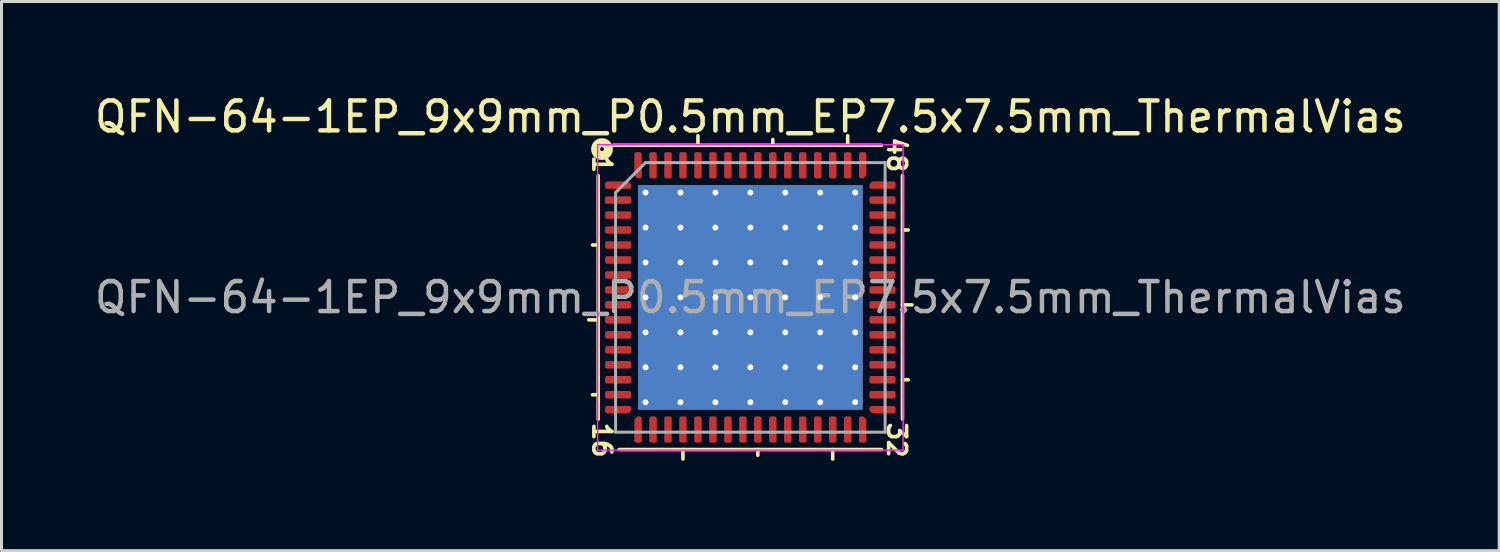
<source format=kicad_pcb>
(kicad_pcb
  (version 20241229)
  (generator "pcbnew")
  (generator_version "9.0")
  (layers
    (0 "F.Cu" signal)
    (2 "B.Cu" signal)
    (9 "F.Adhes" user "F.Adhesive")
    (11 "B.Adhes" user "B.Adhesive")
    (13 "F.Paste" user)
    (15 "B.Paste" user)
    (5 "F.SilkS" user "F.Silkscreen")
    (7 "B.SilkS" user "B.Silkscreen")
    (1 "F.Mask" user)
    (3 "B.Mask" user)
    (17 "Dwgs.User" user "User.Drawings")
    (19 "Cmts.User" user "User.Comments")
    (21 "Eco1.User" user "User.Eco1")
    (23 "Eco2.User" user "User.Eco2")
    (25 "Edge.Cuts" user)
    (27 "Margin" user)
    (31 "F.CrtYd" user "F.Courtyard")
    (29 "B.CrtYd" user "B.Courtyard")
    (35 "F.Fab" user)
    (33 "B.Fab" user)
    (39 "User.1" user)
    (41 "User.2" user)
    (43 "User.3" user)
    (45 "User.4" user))
  (footprint "QFN-64-1EP_9x9mm_P0.5mm_EP7.5x7.5mm_ThermalVias"
    (layer "F.Cu")
    (at 22.006 6.881)
    (property "Reference" "QFN-64-1EP_9x9mm_P0.5mm_EP7.5x7.5mm_ThermalVias" (at 0 -6.032 0) (layer "F.SilkS") (effects (font (size 1 1) (thickness 0.15))))
    (attr smd)
    (fp_line (start -5.08 -4.064) (end -5.08 4.064) (stroke (width 0.12) (type solid)) (layer "F.SilkS"))
    (fp_line (start -5.08 -1.75) (end -5.271 -1.75) (stroke (width 0.12) (type solid)) (layer "F.SilkS"))
    (fp_line (start -5.08 0.75) (end -5.397 0.75) (stroke (width 0.12) (type solid)) (layer "F.SilkS"))
    (fp_line (start -5.08 3.25) (end -5.271 3.25) (stroke (width 0.12) (type solid)) (layer "F.SilkS"))
    (fp_line (start -4.381 5.08) (end 4.381 5.08) (stroke (width 0.12) (type solid)) (layer "F.SilkS"))
    (fp_line (start -2.25 5.08) (end -2.25 5.397) (stroke (width 0.12) (type solid)) (layer "F.SilkS"))
    (fp_line (start -1.75 -5.08) (end -1.75 -5.397) (stroke (width 0.12) (type solid)) (layer "F.SilkS"))
    (fp_line (start 0.25 5.08) (end 0.25 5.271) (stroke (width 0.12) (type solid)) (layer "F.SilkS"))
    (fp_line (start 0.75 -5.08) (end 0.75 -5.271) (stroke (width 0.12) (type solid)) (layer "F.SilkS"))
    (fp_line (start 2.75 5.08) (end 2.75 5.397) (stroke (width 0.12) (type solid)) (layer "F.SilkS"))
    (fp_line (start 3.25 -5.08) (end 3.25 -5.397) (stroke (width 0.12) (type solid)) (layer "F.SilkS"))
    (fp_line (start 4.381 -5.08) (end -4.572 -5.08) (stroke (width 0.12) (type solid)) (layer "F.SilkS"))
    (fp_line (start 5.08 -2.25) (end 5.271 -2.25) (stroke (width 0.12) (type solid)) (layer "F.SilkS"))
    (fp_line (start 5.08 0.25) (end 5.397 0.25) (stroke (width 0.12) (type solid)) (layer "F.SilkS"))
    (fp_line (start 5.08 2.75) (end 5.271 2.75) (stroke (width 0.12) (type solid)) (layer "F.SilkS"))
    (fp_line (start 5.08 4.064) (end 5.08 -4.064) (stroke (width 0.12) (type solid)) (layer "F.SilkS"))
    (fp_circle (center -4.953 -4.953) (end -4.889 -4.953) (stroke (width 0.3) (type solid)) (fill no) (layer "F.SilkS"))
    (fp_line (start -5.1 -5.1) (end -5.1 5.1) (stroke (width 0.05) (type solid)) (layer "F.CrtYd"))
    (fp_line (start -5.1 5.1) (end 5.1 5.1) (stroke (width 0.05) (type solid)) (layer "F.CrtYd"))
    (fp_line (start 5.1 -5.1) (end -5.1 -5.1) (stroke (width 0.05) (type solid)) (layer "F.CrtYd"))
    (fp_line (start 5.1 5.1) (end 5.1 -5.1) (stroke (width 0.05) (type solid)) (layer "F.CrtYd"))
    (fp_line (start -4.5 -3.5) (end -3.5 -4.5) (stroke (width 0.1) (type solid)) (layer "F.Fab"))
    (fp_line (start -4.5 4.5) (end -4.5 -3.5) (stroke (width 0.1) (type solid)) (layer "F.Fab"))
    (fp_line (start -3.5 -4.5) (end 4.5 -4.5) (stroke (width 0.1) (type solid)) (layer "F.Fab"))
    (fp_line (start 4.5 -4.5) (end 4.5 4.5) (stroke (width 0.1) (type solid)) (layer "F.Fab"))
    (fp_line (start 4.5 4.5) (end -4.5 4.5) (stroke (width 0.1) (type solid)) (layer "F.Fab"))
    (fp_text user "32" (at 4.889 4.763 270) (unlocked yes) (layer "F.SilkS") (effects (font (size 0.6 0.6) (thickness 0.12))))
    (fp_text user "16" (at -4.953 4.763 270) (unlocked yes) (layer "F.SilkS") (effects (font (size 0.6 0.6) (thickness 0.12))))
    (fp_text user "1" (at -4.953 -4.445 270) (unlocked yes) (layer "F.SilkS") (effects (font (size 0.6 0.6) (thickness 0.12))))
    (fp_text user "48" (at 4.889 -4.763 270) (unlocked yes) (layer "F.SilkS") (effects (font (size 0.6 0.6) (thickness 0.12))))
    (fp_text user "${REFERENCE}" (at 0 0 0) (layer "F.Fab") (effects (font (size 1 1) (thickness 0.15))))
    (pad "" smd roundrect (at -2.917 -2.917) (size 1.008 1.008) (layers "F.Paste") (roundrect_rratio 0.248))
    (pad "" smd roundrect (at -2.917 -1.75) (size 1.008 1.008) (layers "F.Paste") (roundrect_rratio 0.248))
    (pad "" smd roundrect (at -2.917 -0.583) (size 1.008 1.008) (layers "F.Paste") (roundrect_rratio 0.248))
    (pad "" smd roundrect (at -2.917 0.583) (size 1.008 1.008) (layers "F.Paste") (roundrect_rratio 0.248))
    (pad "" smd roundrect (at -2.917 1.75) (size 1.008 1.008) (layers "F.Paste") (roundrect_rratio 0.248))
    (pad "" smd roundrect (at -2.917 2.917) (size 1.008 1.008) (layers "F.Paste") (roundrect_rratio 0.248))
    (pad "" smd roundrect (at -1.75 -2.917) (size 1.008 1.008) (layers "F.Paste") (roundrect_rratio 0.248))
    (pad "" smd roundrect (at -1.75 -1.75) (size 1.008 1.008) (layers "F.Paste") (roundrect_rratio 0.248))
    (pad "" smd roundrect (at -1.75 -0.583) (size 1.008 1.008) (layers "F.Paste") (roundrect_rratio 0.248))
    (pad "" smd roundrect (at -1.75 0.583) (size 1.008 1.008) (layers "F.Paste") (roundrect_rratio 0.248))
    (pad "" smd roundrect (at -1.75 1.75) (size 1.008 1.008) (layers "F.Paste") (roundrect_rratio 0.248))
    (pad "" smd roundrect (at -1.75 2.917) (size 1.008 1.008) (layers "F.Paste") (roundrect_rratio 0.248))
    (pad "" smd roundrect (at -0.583 -2.917) (size 1.008 1.008) (layers "F.Paste") (roundrect_rratio 0.248))
    (pad "" smd roundrect (at -0.583 -1.75) (size 1.008 1.008) (layers "F.Paste") (roundrect_rratio 0.248))
    (pad "" smd roundrect (at -0.583 -0.583) (size 1.008 1.008) (layers "F.Paste") (roundrect_rratio 0.248))
    (pad "" smd roundrect (at -0.583 0.583) (size 1.008 1.008) (layers "F.Paste") (roundrect_rratio 0.248))
    (pad "" smd roundrect (at -0.583 1.75) (size 1.008 1.008) (layers "F.Paste") (roundrect_rratio 0.248))
    (pad "" smd roundrect (at -0.583 2.917) (size 1.008 1.008) (layers "F.Paste") (roundrect_rratio 0.248))
    (pad "" smd roundrect (at 0.583 -2.917) (size 1.008 1.008) (layers "F.Paste") (roundrect_rratio 0.248))
    (pad "" smd roundrect (at 0.583 -1.75) (size 1.008 1.008) (layers "F.Paste") (roundrect_rratio 0.248))
    (pad "" smd roundrect (at 0.583 -0.583) (size 1.008 1.008) (layers "F.Paste") (roundrect_rratio 0.248))
    (pad "" smd roundrect (at 0.583 0.583) (size 1.008 1.008) (layers "F.Paste") (roundrect_rratio 0.248))
    (pad "" smd roundrect (at 0.583 1.75) (size 1.008 1.008) (layers "F.Paste") (roundrect_rratio 0.248))
    (pad "" smd roundrect (at 0.583 2.917) (size 1.008 1.008) (layers "F.Paste") (roundrect_rratio 0.248))
    (pad "" smd roundrect (at 1.75 -2.917) (size 1.008 1.008) (layers "F.Paste") (roundrect_rratio 0.248))
    (pad "" smd roundrect (at 1.75 -1.75) (size 1.008 1.008) (layers "F.Paste") (roundrect_rratio 0.248))
    (pad "" smd roundrect (at 1.75 -0.583) (size 1.008 1.008) (layers "F.Paste") (roundrect_rratio 0.248))
    (pad "" smd roundrect (at 1.75 0.583) (size 1.008 1.008) (layers "F.Paste") (roundrect_rratio 0.248))
    (pad "" smd roundrect (at 1.75 1.75) (size 1.008 1.008) (layers "F.Paste") (roundrect_rratio 0.248))
    (pad "" smd roundrect (at 1.75 2.917) (size 1.008 1.008) (layers "F.Paste") (roundrect_rratio 0.248))
    (pad "" smd roundrect (at 2.917 -2.917) (size 1.008 1.008) (layers "F.Paste") (roundrect_rratio 0.248))
    (pad "" smd roundrect (at 2.917 -1.75) (size 1.008 1.008) (layers "F.Paste") (roundrect_rratio 0.248))
    (pad "" smd roundrect (at 2.917 -0.583) (size 1.008 1.008) (layers "F.Paste") (roundrect_rratio 0.248))
    (pad "" smd roundrect (at 2.917 0.583) (size 1.008 1.008) (layers "F.Paste") (roundrect_rratio 0.248))
    (pad "" smd roundrect (at 2.917 1.75) (size 1.008 1.008) (layers "F.Paste") (roundrect_rratio 0.248))
    (pad "" smd roundrect (at 2.917 2.917) (size 1.008 1.008) (layers "F.Paste") (roundrect_rratio 0.248))
    (pad "1" smd custom (at -4.412 -3.75) (size 0.179 0.179) (layers "F.Cu" "F.Mask" "F.Paste") (options (anchor circle)) (primitives (gr_poly (pts (xy 0.375 0.001) (xy 0.375 0.062) (xy -0.375 0.062) (xy -0.375 -0.062) (xy 0.312 -0.062)) (width 0.125) (fill yes))))
    (pad "2" smd roundrect (at -4.412 -3.25) (size 0.875 0.25) (layers "F.Cu" "F.Mask" "F.Paste") (roundrect_rratio 0.25))
    (pad "3" smd roundrect (at -4.412 -2.75) (size 0.875 0.25) (layers "F.Cu" "F.Mask" "F.Paste") (roundrect_rratio 0.25))
    (pad "4" smd roundrect (at -4.412 -2.25) (size 0.875 0.25) (layers "F.Cu" "F.Mask" "F.Paste") (roundrect_rratio 0.25))
    (pad "5" smd roundrect (at -4.412 -1.75) (size 0.875 0.25) (layers "F.Cu" "F.Mask" "F.Paste") (roundrect_rratio 0.25))
    (pad "6" smd roundrect (at -4.412 -1.25) (size 0.875 0.25) (layers "F.Cu" "F.Mask" "F.Paste") (roundrect_rratio 0.25))
    (pad "7" smd roundrect (at -4.412 -0.75) (size 0.875 0.25) (layers "F.Cu" "F.Mask" "F.Paste") (roundrect_rratio 0.25))
    (pad "8" smd roundrect (at -4.412 -0.25) (size 0.875 0.25) (layers "F.Cu" "F.Mask" "F.Paste") (roundrect_rratio 0.25))
    (pad "9" smd roundrect (at -4.412 0.25) (size 0.875 0.25) (layers "F.Cu" "F.Mask" "F.Paste") (roundrect_rratio 0.25))
    (pad "10" smd roundrect (at -4.412 0.75) (size 0.875 0.25) (layers "F.Cu" "F.Mask" "F.Paste") (roundrect_rratio 0.25))
    (pad "11" smd roundrect (at -4.412 1.25) (size 0.875 0.25) (layers "F.Cu" "F.Mask" "F.Paste") (roundrect_rratio 0.25))
    (pad "12" smd roundrect (at -4.412 1.75) (size 0.875 0.25) (layers "F.Cu" "F.Mask" "F.Paste") (roundrect_rratio 0.25))
    (pad "13" smd roundrect (at -4.412 2.25) (size 0.875 0.25) (layers "F.Cu" "F.Mask" "F.Paste") (roundrect_rratio 0.25))
    (pad "14" smd roundrect (at -4.412 2.75) (size 0.875 0.25) (layers "F.Cu" "F.Mask" "F.Paste") (roundrect_rratio 0.25))
    (pad "15" smd roundrect (at -4.412 3.25) (size 0.875 0.25) (layers "F.Cu" "F.Mask" "F.Paste") (roundrect_rratio 0.25))
    (pad "16" smd custom (at -4.412 3.75) (size 0.179 0.179) (layers "F.Cu" "F.Mask" "F.Paste") (options (anchor circle)) (primitives (gr_poly (pts (xy 0.375 -0.001) (xy 0.312 0.062) (xy -0.375 0.062) (xy -0.375 -0.062) (xy 0.375 -0.062)) (width 0.125) (fill yes))))
    (pad "17" smd custom (at -3.75 4.412) (size 0.179 0.179) (layers "F.Cu" "F.Mask" "F.Paste") (options (anchor circle)) (primitives (gr_poly (pts (xy 0.062 0.375) (xy -0.062 0.375) (xy -0.062 -0.312) (xy 0.001 -0.375) (xy 0.062 -0.375)) (width 0.125) (fill yes))))
    (pad "18" smd roundrect (at -3.25 4.412) (size 0.25 0.875) (layers "F.Cu" "F.Mask" "F.Paste") (roundrect_rratio 0.25))
    (pad "19" smd roundrect (at -2.75 4.412) (size 0.25 0.875) (layers "F.Cu" "F.Mask" "F.Paste") (roundrect_rratio 0.25))
    (pad "20" smd roundrect (at -2.25 4.412) (size 0.25 0.875) (layers "F.Cu" "F.Mask" "F.Paste") (roundrect_rratio 0.25))
    (pad "21" smd roundrect (at -1.75 4.412) (size 0.25 0.875) (layers "F.Cu" "F.Mask" "F.Paste") (roundrect_rratio 0.25))
    (pad "22" smd roundrect (at -1.25 4.412) (size 0.25 0.875) (layers "F.Cu" "F.Mask" "F.Paste") (roundrect_rratio 0.25))
    (pad "23" smd roundrect (at -0.75 4.412) (size 0.25 0.875) (layers "F.Cu" "F.Mask" "F.Paste") (roundrect_rratio 0.25))
    (pad "24" smd roundrect (at -0.25 4.412) (size 0.25 0.875) (layers "F.Cu" "F.Mask" "F.Paste") (roundrect_rratio 0.25))
    (pad "25" smd roundrect (at 0.25 4.412) (size 0.25 0.875) (layers "F.Cu" "F.Mask" "F.Paste") (roundrect_rratio 0.25))
    (pad "26" smd roundrect (at 0.75 4.412) (size 0.25 0.875) (layers "F.Cu" "F.Mask" "F.Paste") (roundrect_rratio 0.25))
    (pad "27" smd roundrect (at 1.25 4.412) (size 0.25 0.875) (layers "F.Cu" "F.Mask" "F.Paste") (roundrect_rratio 0.25))
    (pad "28" smd roundrect (at 1.75 4.412) (size 0.25 0.875) (layers "F.Cu" "F.Mask" "F.Paste") (roundrect_rratio 0.25))
    (pad "29" smd roundrect (at 2.25 4.412) (size 0.25 0.875) (layers "F.Cu" "F.Mask" "F.Paste") (roundrect_rratio 0.25))
    (pad "30" smd roundrect (at 2.75 4.412) (size 0.25 0.875) (layers "F.Cu" "F.Mask" "F.Paste") (roundrect_rratio 0.25))
    (pad "31" smd roundrect (at 3.25 4.412) (size 0.25 0.875) (layers "F.Cu" "F.Mask" "F.Paste") (roundrect_rratio 0.25))
    (pad "32" smd custom (at 3.75 4.412) (size 0.179 0.179) (layers "F.Cu" "F.Mask" "F.Paste") (options (anchor circle)) (primitives (gr_poly (pts (xy 0.062 -0.312) (xy 0.062 0.375) (xy -0.062 0.375) (xy -0.062 -0.375) (xy -0.001 -0.375)) (width 0.125) (fill yes))))
    (pad "33" smd custom (at 4.412 3.75) (size 0.179 0.179) (layers "F.Cu" "F.Mask" "F.Paste") (options (anchor circle)) (primitives (gr_poly (pts (xy 0.375 0.062) (xy -0.312 0.062) (xy -0.375 -0.001) (xy -0.375 -0.062) (xy 0.375 -0.062)) (width 0.125) (fill yes))))
    (pad "34" smd roundrect (at 4.412 3.25) (size 0.875 0.25) (layers "F.Cu" "F.Mask" "F.Paste") (roundrect_rratio 0.25))
    (pad "35" smd roundrect (at 4.412 2.75) (size 0.875 0.25) (layers "F.Cu" "F.Mask" "F.Paste") (roundrect_rratio 0.25))
    (pad "36" smd roundrect (at 4.412 2.25) (size 0.875 0.25) (layers "F.Cu" "F.Mask" "F.Paste") (roundrect_rratio 0.25))
    (pad "37" smd roundrect (at 4.412 1.75) (size 0.875 0.25) (layers "F.Cu" "F.Mask" "F.Paste") (roundrect_rratio 0.25))
    (pad "38" smd roundrect (at 4.412 1.25) (size 0.875 0.25) (layers "F.Cu" "F.Mask" "F.Paste") (roundrect_rratio 0.25))
    (pad "39" smd roundrect (at 4.412 0.75) (size 0.875 0.25) (layers "F.Cu" "F.Mask" "F.Paste") (roundrect_rratio 0.25))
    (pad "40" smd roundrect (at 4.412 0.25) (size 0.875 0.25) (layers "F.Cu" "F.Mask" "F.Paste") (roundrect_rratio 0.25))
    (pad "41" smd roundrect (at 4.412 -0.25) (size 0.875 0.25) (layers "F.Cu" "F.Mask" "F.Paste") (roundrect_rratio 0.25))
    (pad "42" smd roundrect (at 4.412 -0.75) (size 0.875 0.25) (layers "F.Cu" "F.Mask" "F.Paste") (roundrect_rratio 0.25))
    (pad "43" smd roundrect (at 4.412 -1.25) (size 0.875 0.25) (layers "F.Cu" "F.Mask" "F.Paste") (roundrect_rratio 0.25))
    (pad "44" smd roundrect (at 4.412 -1.75) (size 0.875 0.25) (layers "F.Cu" "F.Mask" "F.Paste") (roundrect_rratio 0.25))
    (pad "45" smd roundrect (at 4.412 -2.25) (size 0.875 0.25) (layers "F.Cu" "F.Mask" "F.Paste") (roundrect_rratio 0.25))
    (pad "46" smd roundrect (at 4.412 -2.75) (size 0.875 0.25) (layers "F.Cu" "F.Mask" "F.Paste") (roundrect_rratio 0.25))
    (pad "47" smd roundrect (at 4.412 -3.25) (size 0.875 0.25) (layers "F.Cu" "F.Mask" "F.Paste") (roundrect_rratio 0.25))
    (pad "48" smd custom (at 4.412 -3.75) (size 0.179 0.179) (layers "F.Cu" "F.Mask" "F.Paste") (options (anchor circle)) (primitives (gr_poly (pts (xy 0.375 0.062) (xy -0.375 0.062) (xy -0.375 0.001) (xy -0.312 -0.062) (xy 0.375 -0.062)) (width 0.125) (fill yes))))
    (pad "49" smd custom (at 3.75 -4.412) (size 0.179 0.179) (layers "F.Cu" "F.Mask" "F.Paste") (options (anchor circle)) (primitives (gr_poly (pts (xy 0.062 0.312) (xy -0.001 0.375) (xy -0.062 0.375) (xy -0.062 -0.375) (xy 0.062 -0.375)) (width 0.125) (fill yes))))
    (pad "50" smd roundrect (at 3.25 -4.412) (size 0.25 0.875) (layers "F.Cu" "F.Mask" "F.Paste") (roundrect_rratio 0.25))
    (pad "51" smd roundrect (at 2.75 -4.412) (size 0.25 0.875) (layers "F.Cu" "F.Mask" "F.Paste") (roundrect_rratio 0.25))
    (pad "52" smd roundrect (at 2.25 -4.412) (size 0.25 0.875) (layers "F.Cu" "F.Mask" "F.Paste") (roundrect_rratio 0.25))
    (pad "53" smd roundrect (at 1.75 -4.412) (size 0.25 0.875) (layers "F.Cu" "F.Mask" "F.Paste") (roundrect_rratio 0.25))
    (pad "54" smd roundrect (at 1.25 -4.412) (size 0.25 0.875) (layers "F.Cu" "F.Mask" "F.Paste") (roundrect_rratio 0.25))
    (pad "55" smd roundrect (at 0.75 -4.412) (size 0.25 0.875) (layers "F.Cu" "F.Mask" "F.Paste") (roundrect_rratio 0.25))
    (pad "56" smd roundrect (at 0.25 -4.412) (size 0.25 0.875) (layers "F.Cu" "F.Mask" "F.Paste") (roundrect_rratio 0.25))
    (pad "57" smd roundrect (at -0.25 -4.412) (size 0.25 0.875) (layers "F.Cu" "F.Mask" "F.Paste") (roundrect_rratio 0.25))
    (pad "58" smd roundrect (at -0.75 -4.412) (size 0.25 0.875) (layers "F.Cu" "F.Mask" "F.Paste") (roundrect_rratio 0.25))
    (pad "59" smd roundrect (at -1.25 -4.412) (size 0.25 0.875) (layers "F.Cu" "F.Mask" "F.Paste") (roundrect_rratio 0.25))
    (pad "60" smd roundrect (at -1.75 -4.412) (size 0.25 0.875) (layers "F.Cu" "F.Mask" "F.Paste") (roundrect_rratio 0.25))
    (pad "61" smd roundrect (at -2.25 -4.412) (size 0.25 0.875) (layers "F.Cu" "F.Mask" "F.Paste") (roundrect_rratio 0.25))
    (pad "62" smd roundrect (at -2.75 -4.412) (size 0.25 0.875) (layers "F.Cu" "F.Mask" "F.Paste") (roundrect_rratio 0.25))
    (pad "63" smd roundrect (at -3.25 -4.412) (size 0.25 0.875) (layers "F.Cu" "F.Mask" "F.Paste") (roundrect_rratio 0.25))
    (pad "64" smd custom (at -3.75 -4.412) (size 0.179 0.179) (layers "F.Cu" "F.Mask" "F.Paste") (options (anchor circle)) (primitives (gr_poly (pts (xy 0.062 0.375) (xy 0.001 0.375) (xy -0.062 0.312) (xy -0.062 -0.375) (xy 0.062 -0.375)) (width 0.125) (fill yes))))
    (pad "65" thru_hole circle (at -3.5 -3.5) (size 0.5 0.5) (drill 0.2) (layers "*.Cu"))
    (pad "65" thru_hole circle (at -3.5 -2.333) (size 0.5 0.5) (drill 0.2) (layers "*.Cu"))
    (pad "65" thru_hole circle (at -3.5 -1.167) (size 0.5 0.5) (drill 0.2) (layers "*.Cu"))
    (pad "65" thru_hole circle (at -3.5 0) (size 0.5 0.5) (drill 0.2) (layers "*.Cu"))
    (pad "65" thru_hole circle (at -3.5 1.167) (size 0.5 0.5) (drill 0.2) (layers "*.Cu"))
    (pad "65" thru_hole circle (at -3.5 2.333) (size 0.5 0.5) (drill 0.2) (layers "*.Cu"))
    (pad "65" thru_hole circle (at -3.5 3.5) (size 0.5 0.5) (drill 0.2) (layers "*.Cu"))
    (pad "65" thru_hole circle (at -2.333 -3.5) (size 0.5 0.5) (drill 0.2) (layers "*.Cu"))
    (pad "65" thru_hole circle (at -2.333 -2.333) (size 0.5 0.5) (drill 0.2) (layers "*.Cu"))
    (pad "65" thru_hole circle (at -2.333 -1.167) (size 0.5 0.5) (drill 0.2) (layers "*.Cu"))
    (pad "65" thru_hole circle (at -2.333 0) (size 0.5 0.5) (drill 0.2) (layers "*.Cu"))
    (pad "65" thru_hole circle (at -2.333 1.167) (size 0.5 0.5) (drill 0.2) (layers "*.Cu"))
    (pad "65" thru_hole circle (at -2.333 2.333) (size 0.5 0.5) (drill 0.2) (layers "*.Cu"))
    (pad "65" thru_hole circle (at -2.333 3.5) (size 0.5 0.5) (drill 0.2) (layers "*.Cu"))
    (pad "65" thru_hole circle (at -1.167 -3.5) (size 0.5 0.5) (drill 0.2) (layers "*.Cu"))
    (pad "65" thru_hole circle (at -1.167 -2.333) (size 0.5 0.5) (drill 0.2) (layers "*.Cu"))
    (pad "65" thru_hole circle (at -1.167 -1.167) (size 0.5 0.5) (drill 0.2) (layers "*.Cu"))
    (pad "65" thru_hole circle (at -1.167 0) (size 0.5 0.5) (drill 0.2) (layers "*.Cu"))
    (pad "65" thru_hole circle (at -1.167 1.167) (size 0.5 0.5) (drill 0.2) (layers "*.Cu"))
    (pad "65" thru_hole circle (at -1.167 2.333) (size 0.5 0.5) (drill 0.2) (layers "*.Cu"))
    (pad "65" thru_hole circle (at -1.167 3.5) (size 0.5 0.5) (drill 0.2) (layers "*.Cu"))
    (pad "65" thru_hole circle (at 0 -3.5) (size 0.5 0.5) (drill 0.2) (layers "*.Cu"))
    (pad "65" thru_hole circle (at 0 -2.333) (size 0.5 0.5) (drill 0.2) (layers "*.Cu"))
    (pad "65" thru_hole circle (at 0 -1.167) (size 0.5 0.5) (drill 0.2) (layers "*.Cu"))
    (pad "65" thru_hole circle (at 0 0) (size 0.5 0.5) (drill 0.2) (layers "*.Cu"))
    (pad "65" smd rect (at 0 0) (size 7.5 7.5) (layers "F.Cu" "F.Mask"))
    (pad "65" smd rect (at 0 0) (size 7.5 7.5) (layers "B.Cu" "B.Mask"))
    (pad "65" thru_hole circle (at 0 1.167) (size 0.5 0.5) (drill 0.2) (layers "*.Cu"))
    (pad "65" thru_hole circle (at 0 2.333) (size 0.5 0.5) (drill 0.2) (layers "*.Cu"))
    (pad "65" thru_hole circle (at 0 3.5) (size 0.5 0.5) (drill 0.2) (layers "*.Cu"))
    (pad "65" thru_hole circle (at 1.167 -3.5) (size 0.5 0.5) (drill 0.2) (layers "*.Cu"))
    (pad "65" thru_hole circle (at 1.167 -2.333) (size 0.5 0.5) (drill 0.2) (layers "*.Cu"))
    (pad "65" thru_hole circle (at 1.167 -1.167) (size 0.5 0.5) (drill 0.2) (layers "*.Cu"))
    (pad "65" thru_hole circle (at 1.167 0) (size 0.5 0.5) (drill 0.2) (layers "*.Cu"))
    (pad "65" thru_hole circle (at 1.167 1.167) (size 0.5 0.5) (drill 0.2) (layers "*.Cu"))
    (pad "65" thru_hole circle (at 1.167 2.333) (size 0.5 0.5) (drill 0.2) (layers "*.Cu"))
    (pad "65" thru_hole circle (at 1.167 3.5) (size 0.5 0.5) (drill 0.2) (layers "*.Cu"))
    (pad "65" thru_hole circle (at 2.333 -3.5) (size 0.5 0.5) (drill 0.2) (layers "*.Cu"))
    (pad "65" thru_hole circle (at 2.333 -2.333) (size 0.5 0.5) (drill 0.2) (layers "*.Cu"))
    (pad "65" thru_hole circle (at 2.333 -1.167) (size 0.5 0.5) (drill 0.2) (layers "*.Cu"))
    (pad "65" thru_hole circle (at 2.333 0) (size 0.5 0.5) (drill 0.2) (layers "*.Cu"))
    (pad "65" thru_hole circle (at 2.333 1.167) (size 0.5 0.5) (drill 0.2) (layers "*.Cu"))
    (pad "65" thru_hole circle (at 2.333 2.333) (size 0.5 0.5) (drill 0.2) (layers "*.Cu"))
    (pad "65" thru_hole circle (at 2.333 3.5) (size 0.5 0.5) (drill 0.2) (layers "*.Cu"))
    (pad "65" thru_hole circle (at 3.5 -3.5) (size 0.5 0.5) (drill 0.2) (layers "*.Cu"))
    (pad "65" thru_hole circle (at 3.5 -2.333) (size 0.5 0.5) (drill 0.2) (layers "*.Cu"))
    (pad "65" thru_hole circle (at 3.5 -1.167) (size 0.5 0.5) (drill 0.2) (layers "*.Cu"))
    (pad "65" thru_hole circle (at 3.5 0) (size 0.5 0.5) (drill 0.2) (layers "*.Cu"))
    (pad "65" thru_hole circle (at 3.5 1.167) (size 0.5 0.5) (drill 0.2) (layers "*.Cu"))
    (pad "65" thru_hole circle (at 3.5 2.333) (size 0.5 0.5) (drill 0.2) (layers "*.Cu"))
    (pad "65" thru_hole circle (at 3.5 3.5) (size 0.5 0.5) (drill 0.2) (layers "*.Cu")))
  (gr_rect
    (start -3 -3)
    (end 47.012 15.338)
    (stroke (width 0.1) (type default))
    (fill no)
    (layer "Edge.Cuts")))
</source>
